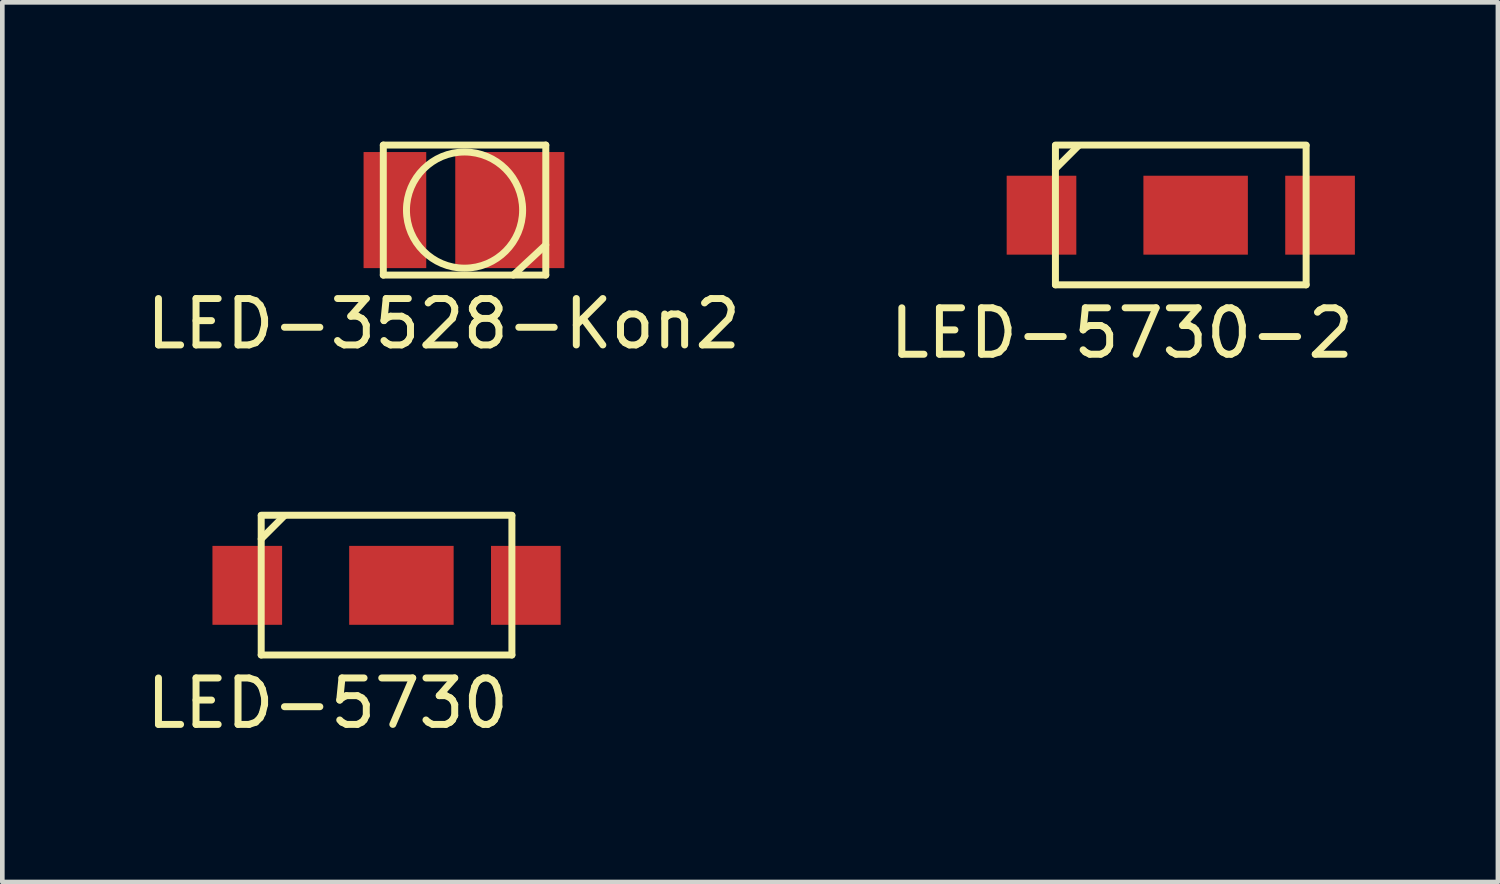
<source format=kicad_pcb>
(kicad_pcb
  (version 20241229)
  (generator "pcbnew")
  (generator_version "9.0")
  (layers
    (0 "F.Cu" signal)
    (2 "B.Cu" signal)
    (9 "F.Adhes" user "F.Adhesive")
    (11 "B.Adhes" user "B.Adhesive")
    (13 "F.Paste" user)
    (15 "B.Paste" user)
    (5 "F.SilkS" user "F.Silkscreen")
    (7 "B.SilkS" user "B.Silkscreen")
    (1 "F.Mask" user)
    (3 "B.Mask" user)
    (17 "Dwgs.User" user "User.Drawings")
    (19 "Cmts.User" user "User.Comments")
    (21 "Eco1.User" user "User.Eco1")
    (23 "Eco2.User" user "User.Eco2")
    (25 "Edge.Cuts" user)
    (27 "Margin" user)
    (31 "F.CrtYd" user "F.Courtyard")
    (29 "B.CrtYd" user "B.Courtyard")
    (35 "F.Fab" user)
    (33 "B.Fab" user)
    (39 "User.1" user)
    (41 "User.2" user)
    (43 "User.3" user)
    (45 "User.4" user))
  (footprint "LED-3528-Kon2"
    (layer "F.Cu")
    (at 6.956 1.475)
    (property "Reference" "LED-3528-Kon2" (at -0.45 2.45 0) (layer "F.SilkS") (effects (font (size 1 1) (thickness 0.15))))
    (attr through_hole)
    (fp_line (start -1.75 -1.4) (end 1.75 -1.4) (stroke (width 0.15) (type solid)) (layer "F.SilkS"))
    (fp_line (start -1.75 1.4) (end -1.75 -1.4) (stroke (width 0.15) (type solid)) (layer "F.SilkS"))
    (fp_line (start 1.75 -1.4) (end 1.75 1.4) (stroke (width 0.15) (type solid)) (layer "F.SilkS"))
    (fp_line (start 1.75 0.75) (end 1.05 1.4) (stroke (width 0.15) (type solid)) (layer "F.SilkS"))
    (fp_line (start 1.75 1.4) (end -1.75 1.4) (stroke (width 0.15) (type solid)) (layer "F.SilkS"))
    (fp_circle (center 0 0) (end 1.25 0.05) (stroke (width 0.15) (type solid)) (fill no) (layer "F.SilkS"))
    (pad "1" smd rect (at -1.5 0) (size 1.35 2.5) (layers "F.Cu" "F.Mask" "F.Paste"))
    (pad "2" smd rect (at 0.975 0) (size 2.35 2.5) (layers "F.Cu" "F.Mask" "F.Paste")))
  (footprint "LED-5730"
    (layer "F.Cu")
    (at 5.276 9.558)
    (property "Reference" "LED-5730" (at -1.27 2.54 0) (layer "F.SilkS") (effects (font (size 1 1) (thickness 0.15))))
    (attr through_hole)
    (fp_line (start -2.7 -1.51) (end 2.7 -1.51) (stroke (width 0.15) (type solid)) (layer "F.SilkS"))
    (fp_line (start -2.7 1.5) (end -2.7 -1.5) (stroke (width 0.15) (type solid)) (layer "F.SilkS"))
    (fp_line (start -2.7 1.5) (end 2.7 1.5) (stroke (width 0.15) (type solid)) (layer "F.SilkS"))
    (fp_line (start -2.2 -1.5) (end -2.7 -1) (stroke (width 0.15) (type solid)) (layer "F.SilkS"))
    (fp_line (start 2.7 1.5) (end 2.7 -1.5) (stroke (width 0.15) (type solid)) (layer "F.SilkS"))
    (pad "1" smd rect (at 0.32 0) (size 2.25 1.7) (layers "F.Cu" "F.Mask" "F.Paste"))
    (pad "1" smd rect (at 3 0) (size 1.5 1.7) (layers "F.Cu" "F.Mask" "F.Paste"))
    (pad "2" smd rect (at -3 0) (size 1.5 1.7) (layers "F.Cu" "F.Mask" "F.Paste")))
  (footprint "LED-5730-2"
    (layer "F.Cu")
    (at 22.383 1.585)
    (property "Reference" "LED-5730-2" (at -1.27 2.54 0) (layer "F.SilkS") (effects (font (size 1 1) (thickness 0.15))))
    (attr through_hole)
    (fp_line (start -2.7 -1.51) (end 2.7 -1.51) (stroke (width 0.15) (type solid)) (layer "F.SilkS"))
    (fp_line (start -2.7 1.5) (end -2.7 -1.5) (stroke (width 0.15) (type solid)) (layer "F.SilkS"))
    (fp_line (start -2.7 1.5) (end 2.7 1.5) (stroke (width 0.15) (type solid)) (layer "F.SilkS"))
    (fp_line (start -2.2 -1.5) (end -2.7 -1) (stroke (width 0.15) (type solid)) (layer "F.SilkS"))
    (fp_line (start 2.7 1.5) (end 2.7 -1.5) (stroke (width 0.15) (type solid)) (layer "F.SilkS"))
    (pad "1" smd rect (at 0.32 0) (size 2.25 1.7) (layers "F.Cu" "F.Mask" "F.Paste"))
    (pad "1" smd rect (at 3 0) (size 1.5 1.7) (layers "F.Cu" "F.Mask" "F.Paste"))
    (pad "2" smd rect (at -3 0) (size 1.5 1.7) (layers "F.Cu" "F.Mask" "F.Paste")))
  (gr_rect
    (start -3 -3)
    (end 29.214 15.947)
    (stroke (width 0.1) (type default))
    (fill no)
    (layer "Edge.Cuts")))
</source>
